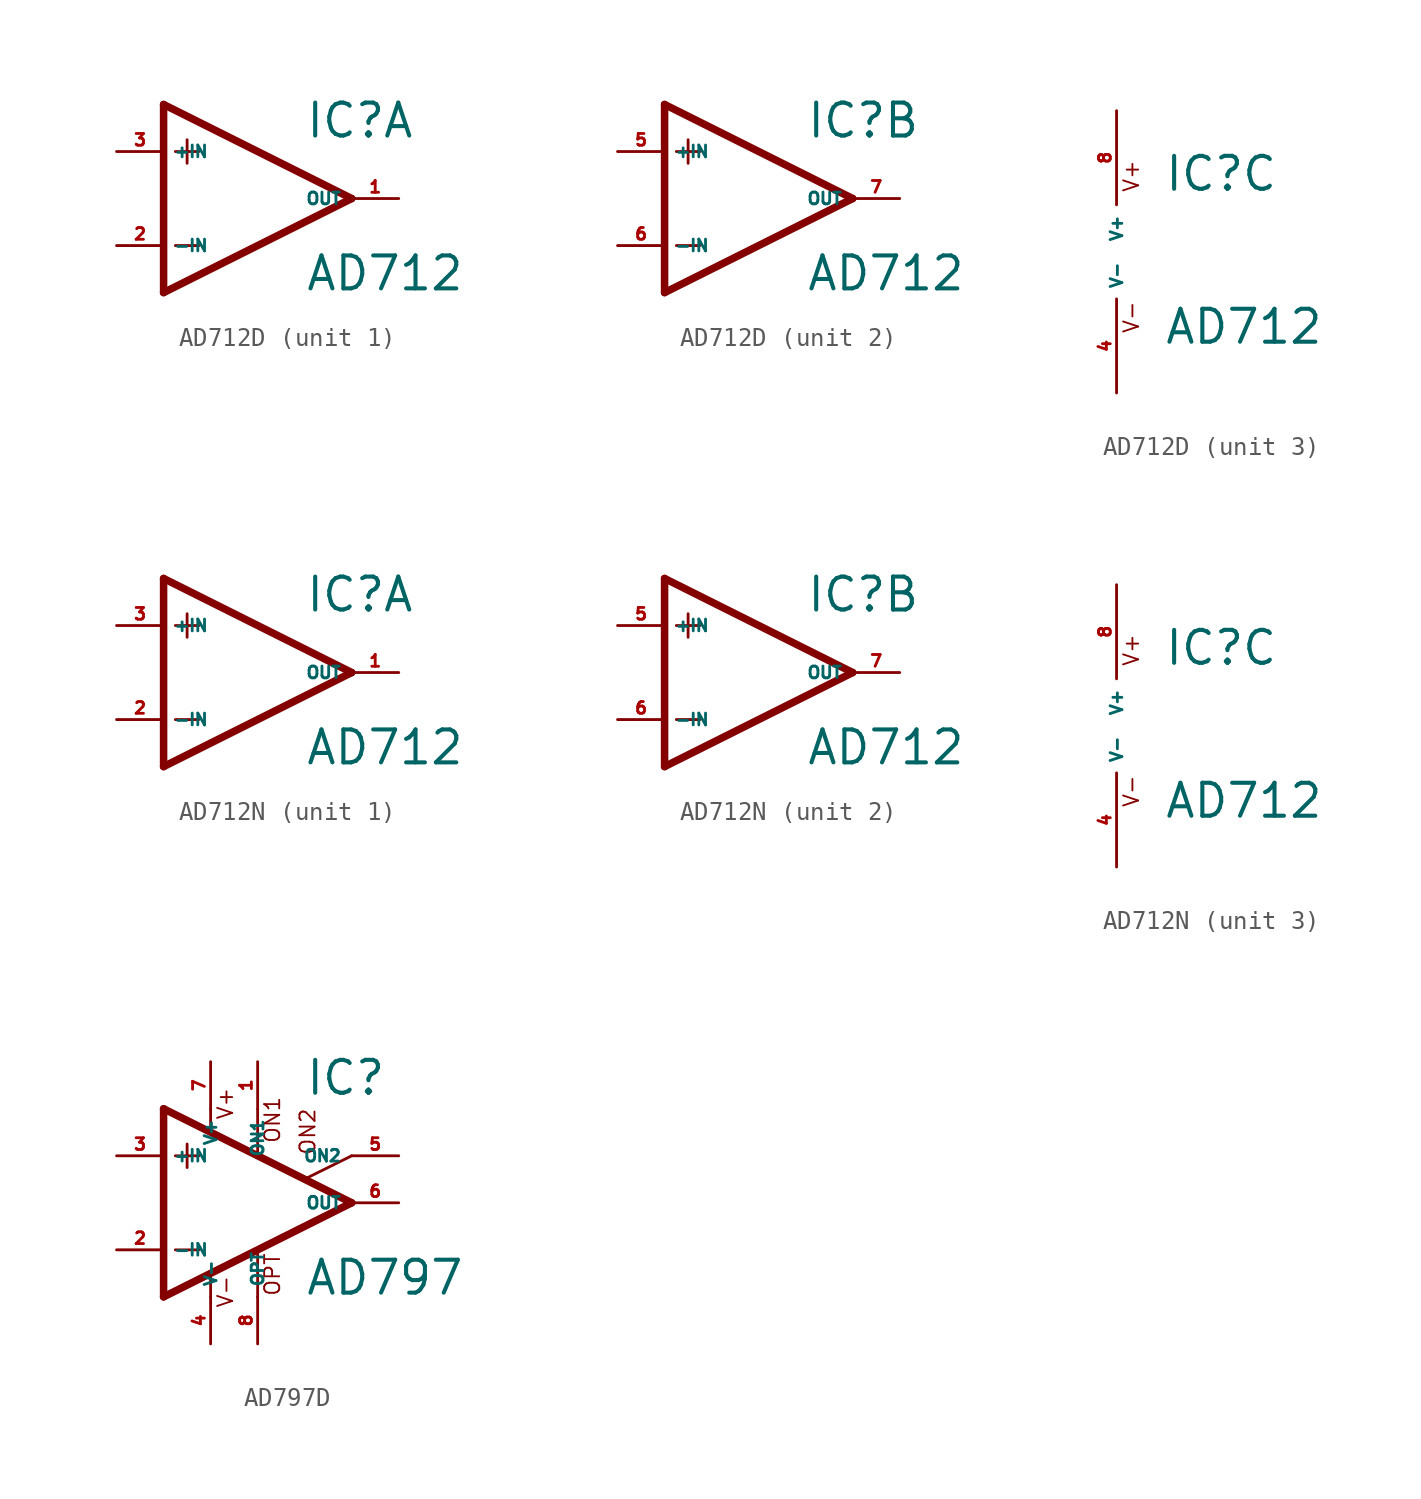
<source format=kicad_sym>
(kicad_symbol_lib
  (version 20220914)
  (generator Eagle2Kicad)
  (symbol "AD712D"
    (property "Reference" "IC"
      (at 2.54 3.175 0)
      (effects (font (size 1.778 1.778) (thickness 0.22)) (justify left bottom)))
    (property "Value" "AD712"
      (at 2.54 -5.08 0)
      (effects (font (size 1.778 1.778) (thickness 0.22)) (justify left bottom)))
    (symbol "AD712D_1_0"
      (polyline (pts (xy -5.08 5.08) (xy -5.08 -5.08)) (stroke (width 0.406) (type default)) (fill (type none)))
      (polyline (pts (xy -5.08 -5.08) (xy 5.08 0)) (stroke (width 0.406) (type default)) (fill (type none)))
      (polyline (pts (xy 5.08 0) (xy -5.08 5.08)) (stroke (width 0.406) (type default)) (fill (type none)))
      (polyline (pts (xy -3.81 3.175) (xy -3.81 1.905)) (stroke (width 0.152) (type default)) (fill (type none)))
      (polyline (pts (xy -4.445 2.54) (xy -3.175 2.54)) (stroke (width 0.152) (type default)) (fill (type none)))
      (polyline (pts (xy -4.445 -2.54) (xy -3.175 -2.54)) (stroke (width 0.152) (type default)) (fill (type none)))
      (pin input line (at -7.62 -2.54 0) (length 2.54) (name "-IN" (effects (font (size 0.635 0.635) (thickness 0.08)) (justify left bottom))) (number "2" (effects (font (size 0.635 0.635) (thickness 0.08)) (justify left bottom))))
      (pin input line (at -7.62 2.54 0) (length 2.54) (name "+IN" (effects (font (size 0.635 0.635) (thickness 0.08)) (justify left bottom))) (number "3" (effects (font (size 0.635 0.635) (thickness 0.08)) (justify left bottom))))
      (pin output line (at 7.62 0 180) (length 2.54) (name "OUT" (effects (font (size 0.635 0.635) (thickness 0.08)) (justify left bottom))) (number "1" (effects (font (size 0.635 0.635) (thickness 0.08)) (justify left bottom)))))
    (symbol "AD712D_2_0"
      (polyline (pts (xy -5.08 5.08) (xy -5.08 -5.08)) (stroke (width 0.406) (type default)) (fill (type none)))
      (polyline (pts (xy -5.08 -5.08) (xy 5.08 0)) (stroke (width 0.406) (type default)) (fill (type none)))
      (polyline (pts (xy 5.08 0) (xy -5.08 5.08)) (stroke (width 0.406) (type default)) (fill (type none)))
      (polyline (pts (xy -3.81 3.175) (xy -3.81 1.905)) (stroke (width 0.152) (type default)) (fill (type none)))
      (polyline (pts (xy -4.445 2.54) (xy -3.175 2.54)) (stroke (width 0.152) (type default)) (fill (type none)))
      (polyline (pts (xy -4.445 -2.54) (xy -3.175 -2.54)) (stroke (width 0.152) (type default)) (fill (type none)))
      (pin input line (at -7.62 -2.54 0) (length 2.54) (name "-IN" (effects (font (size 0.635 0.635) (thickness 0.08)) (justify left bottom))) (number "6" (effects (font (size 0.635 0.635) (thickness 0.08)) (justify left bottom))))
      (pin input line (at -7.62 2.54 0) (length 2.54) (name "+IN" (effects (font (size 0.635 0.635) (thickness 0.08)) (justify left bottom))) (number "5" (effects (font (size 0.635 0.635) (thickness 0.08)) (justify left bottom))))
      (pin output line (at 7.62 0 180) (length 2.54) (name "OUT" (effects (font (size 0.635 0.635) (thickness 0.08)) (justify left bottom))) (number "7" (effects (font (size 0.635 0.635) (thickness 0.08)) (justify left bottom)))))
    (symbol "AD712D_3_0"
      (text "V+" (at 1.27 3.175 900) (effects (font (size 0.813 0.813) (thickness 0.10)) (justify left bottom)))
      (text "V-" (at 1.27 -4.445 900) (effects (font (size 0.813 0.813) (thickness 0.10)) (justify left bottom)))
      (pin unspecified line (at 0 7.62 270) (length 5.08) (name "V+" (effects (font (size 0.635 0.635) (thickness 0.08)) (justify left bottom))) (number "8" (effects (font (size 0.635 0.635) (thickness 0.08)) (justify left bottom))))
      (pin unspecified line (at 0 -7.62 90) (length 5.08) (name "V-" (effects (font (size 0.635 0.635) (thickness 0.08)) (justify left bottom))) (number "4" (effects (font (size 0.635 0.635) (thickness 0.08)) (justify left bottom))))))
  (symbol "AD712N"
    (property "Reference" "IC"
      (at 2.54 3.175 0)
      (effects (font (size 1.778 1.778) (thickness 0.22)) (justify left bottom)))
    (property "Value" "AD712"
      (at 2.54 -5.08 0)
      (effects (font (size 1.778 1.778) (thickness 0.22)) (justify left bottom)))
    (symbol "AD712N_1_0"
      (polyline (pts (xy -5.08 5.08) (xy -5.08 -5.08)) (stroke (width 0.406) (type default)) (fill (type none)))
      (polyline (pts (xy -5.08 -5.08) (xy 5.08 0)) (stroke (width 0.406) (type default)) (fill (type none)))
      (polyline (pts (xy 5.08 0) (xy -5.08 5.08)) (stroke (width 0.406) (type default)) (fill (type none)))
      (polyline (pts (xy -3.81 3.175) (xy -3.81 1.905)) (stroke (width 0.152) (type default)) (fill (type none)))
      (polyline (pts (xy -4.445 2.54) (xy -3.175 2.54)) (stroke (width 0.152) (type default)) (fill (type none)))
      (polyline (pts (xy -4.445 -2.54) (xy -3.175 -2.54)) (stroke (width 0.152) (type default)) (fill (type none)))
      (pin input line (at -7.62 -2.54 0) (length 2.54) (name "-IN" (effects (font (size 0.635 0.635) (thickness 0.08)) (justify left bottom))) (number "2" (effects (font (size 0.635 0.635) (thickness 0.08)) (justify left bottom))))
      (pin input line (at -7.62 2.54 0) (length 2.54) (name "+IN" (effects (font (size 0.635 0.635) (thickness 0.08)) (justify left bottom))) (number "3" (effects (font (size 0.635 0.635) (thickness 0.08)) (justify left bottom))))
      (pin output line (at 7.62 0 180) (length 2.54) (name "OUT" (effects (font (size 0.635 0.635) (thickness 0.08)) (justify left bottom))) (number "1" (effects (font (size 0.635 0.635) (thickness 0.08)) (justify left bottom)))))
    (symbol "AD712N_2_0"
      (polyline (pts (xy -5.08 5.08) (xy -5.08 -5.08)) (stroke (width 0.406) (type default)) (fill (type none)))
      (polyline (pts (xy -5.08 -5.08) (xy 5.08 0)) (stroke (width 0.406) (type default)) (fill (type none)))
      (polyline (pts (xy 5.08 0) (xy -5.08 5.08)) (stroke (width 0.406) (type default)) (fill (type none)))
      (polyline (pts (xy -3.81 3.175) (xy -3.81 1.905)) (stroke (width 0.152) (type default)) (fill (type none)))
      (polyline (pts (xy -4.445 2.54) (xy -3.175 2.54)) (stroke (width 0.152) (type default)) (fill (type none)))
      (polyline (pts (xy -4.445 -2.54) (xy -3.175 -2.54)) (stroke (width 0.152) (type default)) (fill (type none)))
      (pin input line (at -7.62 -2.54 0) (length 2.54) (name "-IN" (effects (font (size 0.635 0.635) (thickness 0.08)) (justify left bottom))) (number "6" (effects (font (size 0.635 0.635) (thickness 0.08)) (justify left bottom))))
      (pin input line (at -7.62 2.54 0) (length 2.54) (name "+IN" (effects (font (size 0.635 0.635) (thickness 0.08)) (justify left bottom))) (number "5" (effects (font (size 0.635 0.635) (thickness 0.08)) (justify left bottom))))
      (pin output line (at 7.62 0 180) (length 2.54) (name "OUT" (effects (font (size 0.635 0.635) (thickness 0.08)) (justify left bottom))) (number "7" (effects (font (size 0.635 0.635) (thickness 0.08)) (justify left bottom)))))
    (symbol "AD712N_3_0"
      (text "V+" (at 1.27 3.175 900) (effects (font (size 0.813 0.813) (thickness 0.10)) (justify left bottom)))
      (text "V-" (at 1.27 -4.445 900) (effects (font (size 0.813 0.813) (thickness 0.10)) (justify left bottom)))
      (pin unspecified line (at 0 7.62 270) (length 5.08) (name "V+" (effects (font (size 0.635 0.635) (thickness 0.08)) (justify left bottom))) (number "8" (effects (font (size 0.635 0.635) (thickness 0.08)) (justify left bottom))))
      (pin unspecified line (at 0 -7.62 90) (length 5.08) (name "V-" (effects (font (size 0.635 0.635) (thickness 0.08)) (justify left bottom))) (number "4" (effects (font (size 0.635 0.635) (thickness 0.08)) (justify left bottom))))))
  (symbol "AD797D"
    (property "Reference" "IC"
      (at 2.54 5.715 0)
      (effects (font (size 1.778 1.778) (thickness 0.22)) (justify left bottom)))
    (property "Value" "AD797"
      (at 2.54 -5.08 0)
      (effects (font (size 1.778 1.778) (thickness 0.22)) (justify left bottom)))
    (polyline
      (pts (xy -3.81 3.175) (xy -3.81 1.905))
      (stroke (width 0.152) (type default))
      (fill (type none)))
    (polyline
      (pts (xy -4.445 2.54) (xy -3.175 2.54))
      (stroke (width 0.152) (type default))
      (fill (type none)))
    (polyline
      (pts (xy -4.445 -2.54) (xy -3.175 -2.54))
      (stroke (width 0.152) (type default))
      (fill (type none)))
    (polyline
      (pts (xy -2.54 5.08) (xy -2.54 3.886))
      (stroke (width 0.152) (type default))
      (fill (type none)))
    (polyline
      (pts (xy 0 5.055) (xy 0 2.616))
      (stroke (width 0.152) (type default))
      (fill (type none)))
    (polyline
      (pts (xy 0 -2.616) (xy 0 -5.08))
      (stroke (width 0.152) (type default))
      (fill (type none)))
    (polyline
      (pts (xy -2.54 -3.912) (xy -2.54 -5.08))
      (stroke (width 0.152) (type default))
      (fill (type none)))
    (polyline
      (pts (xy 5.08 2.54) (xy 2.616 1.321))
      (stroke (width 0.152) (type default))
      (fill (type none)))
    (polyline
      (pts (xy 5.08 0) (xy -5.08 5.08))
      (stroke (width 0.406) (type default))
      (fill (type none)))
    (polyline
      (pts (xy -5.08 5.08) (xy -5.08 -5.08))
      (stroke (width 0.406) (type default))
      (fill (type none)))
    (polyline
      (pts (xy -5.08 -5.08) (xy 5.08 0))
      (stroke (width 0.406) (type default))
      (fill (type none)))
    (text "ON1"
      (at 1.27 3.175 900)
      (effects (font (size 0.813 0.813) (thickness 0.10)) (justify left bottom)))
    (text "ON2"
      (at 3.175 2.54 900)
      (effects (font (size 0.813 0.813) (thickness 0.10)) (justify left bottom)))
    (text "OPT"
      (at 1.27 -5.08 900)
      (effects (font (size 0.813 0.813) (thickness 0.10)) (justify left bottom)))
    (text "V+"
      (at -1.27 4.445 900)
      (effects (font (size 0.813 0.813) (thickness 0.10)) (justify left bottom)))
    (text "V-"
      (at -1.27 -5.715 900)
      (effects (font (size 0.813 0.813) (thickness 0.10)) (justify left bottom)))
    (pin passive line
      (at 7.62 2.54 180)
      (length 2.54)
      (name "ON2" (effects (font (size 0.635 0.635) (thickness 0.08)) (justify left bottom)))
      (number "5" (effects (font (size 0.635 0.635) (thickness 0.08)) (justify left bottom))))
    (pin passive line
      (at 0 7.62 270)
      (length 2.54)
      (name "ON1" (effects (font (size 0.635 0.635) (thickness 0.08)) (justify left bottom)))
      (number "1" (effects (font (size 0.635 0.635) (thickness 0.08)) (justify left bottom))))
    (pin input line
      (at -7.62 -2.54 0)
      (length 2.54)
      (name "-IN" (effects (font (size 0.635 0.635) (thickness 0.08)) (justify left bottom)))
      (number "2" (effects (font (size 0.635 0.635) (thickness 0.08)) (justify left bottom))))
    (pin input line
      (at -7.62 2.54 0)
      (length 2.54)
      (name "+IN" (effects (font (size 0.635 0.635) (thickness 0.08)) (justify left bottom)))
      (number "3" (effects (font (size 0.635 0.635) (thickness 0.08)) (justify left bottom))))
    (pin output line
      (at 7.62 0 180)
      (length 2.54)
      (name "OUT" (effects (font (size 0.635 0.635) (thickness 0.08)) (justify left bottom)))
      (number "6" (effects (font (size 0.635 0.635) (thickness 0.08)) (justify left bottom))))
    (pin passive line
      (at 0 -7.62 90)
      (length 2.54)
      (name "OPT" (effects (font (size 0.635 0.635) (thickness 0.08)) (justify left bottom)))
      (number "8" (effects (font (size 0.635 0.635) (thickness 0.08)) (justify left bottom))))
    (pin unspecified line
      (at -2.54 7.62 270)
      (length 2.54)
      (name "V+" (effects (font (size 0.635 0.635) (thickness 0.08)) (justify left bottom)))
      (number "7" (effects (font (size 0.635 0.635) (thickness 0.08)) (justify left bottom))))
    (pin unspecified line
      (at -2.54 -7.62 90)
      (length 2.54)
      (name "V-" (effects (font (size 0.635 0.635) (thickness 0.08)) (justify left bottom)))
      (number "4" (effects (font (size 0.635 0.635) (thickness 0.08)) (justify left bottom))))))
</source>
